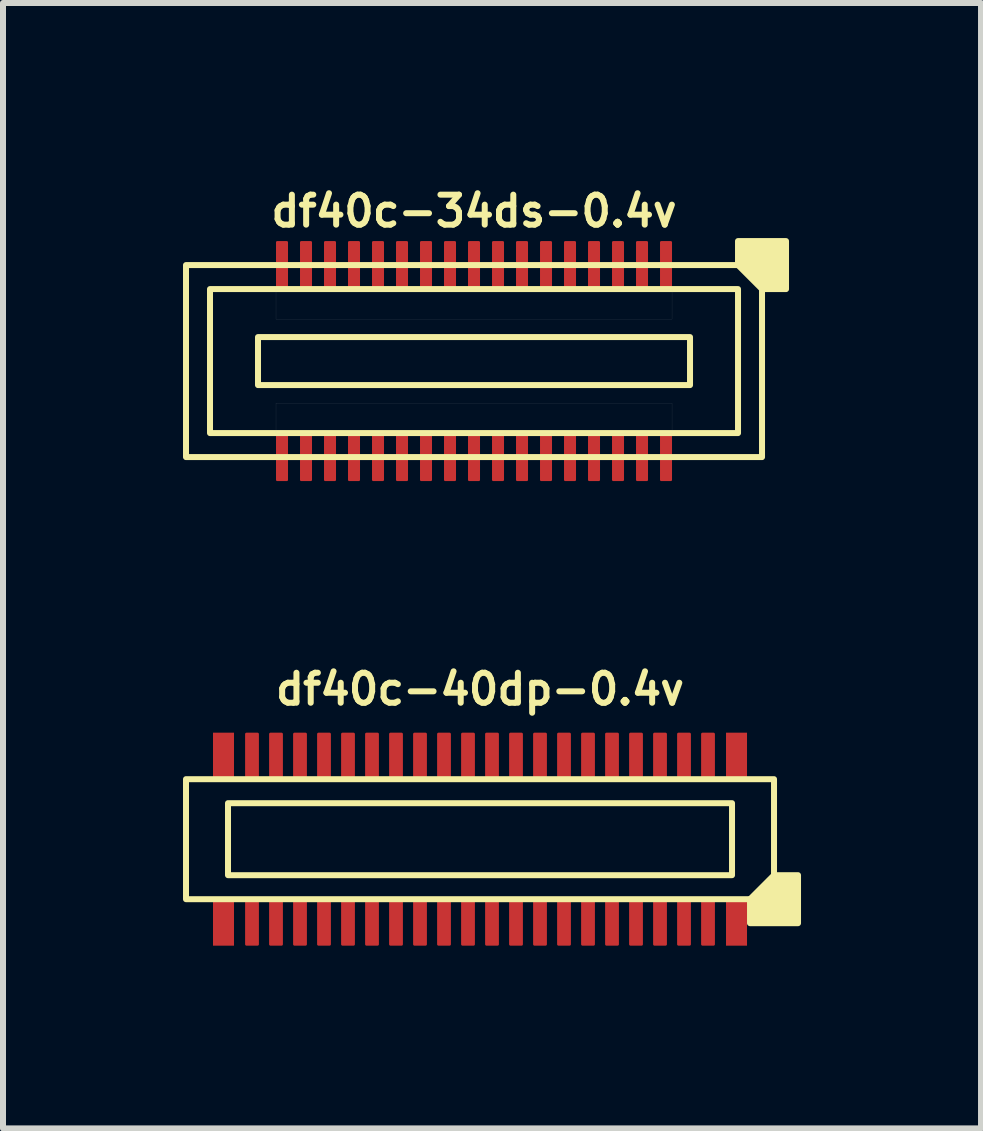
<source format=kicad_pcb>
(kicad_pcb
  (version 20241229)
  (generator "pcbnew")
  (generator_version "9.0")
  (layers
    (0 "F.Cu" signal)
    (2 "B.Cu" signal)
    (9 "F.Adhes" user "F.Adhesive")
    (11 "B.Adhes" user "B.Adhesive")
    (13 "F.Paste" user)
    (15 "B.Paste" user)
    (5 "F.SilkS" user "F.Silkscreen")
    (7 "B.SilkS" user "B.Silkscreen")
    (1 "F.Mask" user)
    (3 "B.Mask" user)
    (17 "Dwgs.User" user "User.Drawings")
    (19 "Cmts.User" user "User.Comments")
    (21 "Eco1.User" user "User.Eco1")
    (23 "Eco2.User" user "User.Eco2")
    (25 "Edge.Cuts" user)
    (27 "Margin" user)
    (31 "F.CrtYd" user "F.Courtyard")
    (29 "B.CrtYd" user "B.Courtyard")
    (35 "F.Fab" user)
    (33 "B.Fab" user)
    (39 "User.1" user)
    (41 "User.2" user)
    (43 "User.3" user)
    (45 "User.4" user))
  (footprint "df40c-40dp-0.4v"
    (layer "F.Cu")
    (at 4.95 10.936)
    (property "Reference" "df40c-40dp-0.4v" (at 0 -2.5 180) (layer "F.SilkS") (effects (font (size 0.5 0.5) (thickness 0.1))))
    (attr smd)
    (fp_rect (start -4.45 -1.775) (end -4.1 -1.025) (stroke (width 0) (type solid)) (fill yes) (layer "F.Cu"))
    (fp_rect (start -4.45 1.025) (end -4.1 1.775) (stroke (width 0) (type solid)) (fill yes) (layer "F.Cu"))
    (fp_rect (start 4.1 -1.775) (end 4.45 -1.025) (stroke (width 0) (type solid)) (fill yes) (layer "F.Cu"))
    (fp_rect (start 4.1 1.025) (end 4.45 1.775) (stroke (width 0) (type solid)) (fill yes) (layer "F.Cu"))
    (fp_rect (start -4.48 -1.805) (end -4.07 -0.995) (stroke (width 0) (type solid)) (fill yes) (layer "F.Mask"))
    (fp_rect (start -4.48 0.995) (end -4.07 1.805) (stroke (width 0) (type solid)) (fill yes) (layer "F.Mask"))
    (fp_rect (start 4.07 -0.995) (end 4.48 -1.805) (stroke (width 0.03) (type solid)) (fill yes) (layer "F.Mask"))
    (fp_rect (start 4.07 0.995) (end 4.48 1.805) (stroke (width 0.03) (type solid)) (fill yes) (layer "F.Mask"))
    (fp_rect (start 4.2 -0.6) (end -4.2 0.6) (stroke (width 0.1) (type default)) (fill no) (layer "F.SilkS"))
    (fp_rect (start 4.9 -1) (end -4.9 1) (stroke (width 0.1) (type default)) (fill no) (layer "F.SilkS"))
    (fp_poly (pts (xy 4.5 1) (xy 4.5 1.4) (xy 5.3 1.4) (xy 5.3 0.6) (xy 4.9 0.6)) (stroke (width 0.1) (type solid)) (fill yes) (layer "F.SilkS"))
    (fp_rect (start -4.45 -1.775) (end -4.1 -1.025) (stroke (width 0) (type solid)) (fill yes) (layer "F.Paste"))
    (fp_rect (start -4.1 1.025) (end -4.45 1.775) (stroke (width 0) (type solid)) (fill yes) (layer "F.Paste"))
    (fp_rect (start 4.1 -1.775) (end 4.45 -1.025) (stroke (width 0) (type solid)) (fill yes) (layer "F.Paste"))
    (fp_rect (start 4.1 1.025) (end 4.45 1.775) (stroke (width 0) (type solid)) (fill yes) (layer "F.Paste"))
    (pad "1" smd roundrect (at 3.8 1.4) (size 0.23 0.75) (layers "F.Cu" "F.Mask" "F.Paste") (roundrect_rratio 0.1))
    (pad "2" smd roundrect (at 3.8 -1.4) (size 0.23 0.75) (layers "F.Cu" "F.Mask" "F.Paste") (roundrect_rratio 0.1))
    (pad "3" smd roundrect (at 3.4 1.4) (size 0.23 0.75) (layers "F.Cu" "F.Mask" "F.Paste") (roundrect_rratio 0.1))
    (pad "4" smd roundrect (at 3.4 -1.4) (size 0.23 0.75) (layers "F.Cu" "F.Mask" "F.Paste") (roundrect_rratio 0.1))
    (pad "5" smd roundrect (at 3 1.4) (size 0.23 0.75) (layers "F.Cu" "F.Mask" "F.Paste") (roundrect_rratio 0.1))
    (pad "6" smd roundrect (at 3 -1.4) (size 0.23 0.75) (layers "F.Cu" "F.Mask" "F.Paste") (roundrect_rratio 0.1))
    (pad "7" smd roundrect (at 2.6 1.4) (size 0.23 0.75) (layers "F.Cu" "F.Mask" "F.Paste") (roundrect_rratio 0.1))
    (pad "8" smd roundrect (at 2.6 -1.4) (size 0.23 0.75) (layers "F.Cu" "F.Mask" "F.Paste") (roundrect_rratio 0.1))
    (pad "9" smd roundrect (at 2.2 1.4) (size 0.23 0.75) (layers "F.Cu" "F.Mask" "F.Paste") (roundrect_rratio 0.1))
    (pad "10" smd roundrect (at 2.2 -1.4) (size 0.23 0.75) (layers "F.Cu" "F.Mask" "F.Paste") (roundrect_rratio 0.1))
    (pad "11" smd roundrect (at 1.8 1.4) (size 0.23 0.75) (layers "F.Cu" "F.Mask" "F.Paste") (roundrect_rratio 0.1))
    (pad "12" smd roundrect (at 1.8 -1.4) (size 0.23 0.75) (layers "F.Cu" "F.Mask" "F.Paste") (roundrect_rratio 0.1))
    (pad "13" smd roundrect (at 1.4 1.4) (size 0.23 0.75) (layers "F.Cu" "F.Mask" "F.Paste") (roundrect_rratio 0.1))
    (pad "14" smd roundrect (at 1.4 -1.4) (size 0.23 0.75) (layers "F.Cu" "F.Mask" "F.Paste") (roundrect_rratio 0.1))
    (pad "15" smd roundrect (at 1 1.4) (size 0.23 0.75) (layers "F.Cu" "F.Mask" "F.Paste") (roundrect_rratio 0.1))
    (pad "16" smd roundrect (at 1 -1.4) (size 0.23 0.75) (layers "F.Cu" "F.Mask" "F.Paste") (roundrect_rratio 0.1))
    (pad "17" smd roundrect (at 0.6 1.4) (size 0.23 0.75) (layers "F.Cu" "F.Mask" "F.Paste") (roundrect_rratio 0.1))
    (pad "18" smd roundrect (at 0.6 -1.4) (size 0.23 0.75) (layers "F.Cu" "F.Mask" "F.Paste") (roundrect_rratio 0.1))
    (pad "19" smd roundrect (at 0.2 1.4) (size 0.23 0.75) (layers "F.Cu" "F.Mask" "F.Paste") (roundrect_rratio 0.1))
    (pad "20" smd roundrect (at 0.2 -1.4) (size 0.23 0.75) (layers "F.Cu" "F.Mask" "F.Paste") (roundrect_rratio 0.1))
    (pad "21" smd roundrect (at -0.2 1.4) (size 0.23 0.75) (layers "F.Cu" "F.Mask" "F.Paste") (roundrect_rratio 0.1))
    (pad "22" smd roundrect (at -0.2 -1.4) (size 0.23 0.75) (layers "F.Cu" "F.Mask" "F.Paste") (roundrect_rratio 0.1))
    (pad "23" smd roundrect (at -0.6 1.4) (size 0.23 0.75) (layers "F.Cu" "F.Mask" "F.Paste") (roundrect_rratio 0.1))
    (pad "24" smd roundrect (at -0.6 -1.4) (size 0.23 0.75) (layers "F.Cu" "F.Mask" "F.Paste") (roundrect_rratio 0.1))
    (pad "25" smd roundrect (at -1 1.4) (size 0.23 0.75) (layers "F.Cu" "F.Mask" "F.Paste") (roundrect_rratio 0.1))
    (pad "26" smd roundrect (at -1 -1.4) (size 0.23 0.75) (layers "F.Cu" "F.Mask" "F.Paste") (roundrect_rratio 0.1))
    (pad "27" smd roundrect (at -1.4 1.4) (size 0.23 0.75) (layers "F.Cu" "F.Mask" "F.Paste") (roundrect_rratio 0.1))
    (pad "28" smd roundrect (at -1.4 -1.4) (size 0.23 0.75) (layers "F.Cu" "F.Mask" "F.Paste") (roundrect_rratio 0.1))
    (pad "29" smd roundrect (at -1.8 1.4) (size 0.23 0.75) (layers "F.Cu" "F.Mask" "F.Paste") (roundrect_rratio 0.1))
    (pad "30" smd roundrect (at -1.8 -1.4) (size 0.23 0.75) (layers "F.Cu" "F.Mask" "F.Paste") (roundrect_rratio 0.1))
    (pad "31" smd roundrect (at -2.2 1.4) (size 0.23 0.75) (layers "F.Cu" "F.Mask" "F.Paste") (roundrect_rratio 0.1))
    (pad "32" smd roundrect (at -2.2 -1.4) (size 0.23 0.75) (layers "F.Cu" "F.Mask" "F.Paste") (roundrect_rratio 0.1))
    (pad "33" smd roundrect (at -2.6 1.4) (size 0.23 0.75) (layers "F.Cu" "F.Mask" "F.Paste") (roundrect_rratio 0.1))
    (pad "34" smd roundrect (at -2.6 -1.4) (size 0.23 0.75) (layers "F.Cu" "F.Mask" "F.Paste") (roundrect_rratio 0.1))
    (pad "35" smd roundrect (at -3 1.4) (size 0.23 0.75) (layers "F.Cu" "F.Mask" "F.Paste") (roundrect_rratio 0.1))
    (pad "36" smd roundrect (at -3 -1.4) (size 0.23 0.75) (layers "F.Cu" "F.Mask" "F.Paste") (roundrect_rratio 0.1))
    (pad "37" smd roundrect (at -3.4 1.4) (size 0.23 0.75) (layers "F.Cu" "F.Mask" "F.Paste") (roundrect_rratio 0.1))
    (pad "38" smd roundrect (at -3.4 -1.4) (size 0.23 0.75) (layers "F.Cu" "F.Mask" "F.Paste") (roundrect_rratio 0.1))
    (pad "39" smd roundrect (at -3.8 1.4) (size 0.23 0.75) (layers "F.Cu" "F.Mask" "F.Paste") (roundrect_rratio 0.1))
    (pad "40" smd roundrect (at -3.8 -1.4) (size 0.23 0.75) (layers "F.Cu" "F.Mask" "F.Paste") (roundrect_rratio 0.1)))
  (footprint "df40c-34ds-0.4v"
    (layer "F.Cu")
    (at 4.85 2.968)
    (property "Reference" "df40c-34ds-0.4v" (at 0 -2.5 180) (layer "F.SilkS") (effects (font (size 0.5 0.5) (thickness 0.1))))
    (attr smd)
    (fp_rect (start -3.6 -0.4) (end 3.6 0.4) (stroke (width 0.1) (type default)) (fill no) (layer "F.SilkS"))
    (fp_rect (start 4.4 -1.2) (end -4.4 1.2) (stroke (width 0.1) (type default)) (fill no) (layer "F.SilkS"))
    (fp_rect (start 4.8 -1.6) (end -4.8 1.6) (stroke (width 0.1) (type default)) (fill no) (layer "F.SilkS"))
    (fp_poly (pts (xy 4.4 -1.6) (xy 4.4 -2) (xy 5.2 -2) (xy 5.2 -1.2) (xy 4.8 -1.2)) (stroke (width 0.1) (type solid)) (fill yes) (layer "F.SilkS"))
    (fp_poly (pts (xy -3.3 -1.2) (xy 3.3 -1.2) (xy 3.3 -0.7) (xy -3.3 -0.7)) (stroke (width 0.001) (type solid)) (fill no) (layer "Dwgs.User"))
    (fp_poly (pts (xy -3.3 0.7) (xy 3.3 0.7) (xy 3.3 1.2) (xy -3.3 1.2)) (stroke (width 0.001) (type solid)) (fill no) (layer "Dwgs.User"))
    (pad "1" smd roundrect (at 3.2 -1.6) (size 0.2 0.8) (layers "F.Cu" "F.Mask" "F.Paste") (roundrect_rratio 0.1))
    (pad "2" smd roundrect (at 3.2 1.6) (size 0.2 0.8) (layers "F.Cu" "F.Mask" "F.Paste") (roundrect_rratio 0.1))
    (pad "3" smd roundrect (at 2.8 -1.6) (size 0.2 0.8) (layers "F.Cu" "F.Mask" "F.Paste") (roundrect_rratio 0.1))
    (pad "4" smd roundrect (at 2.8 1.6) (size 0.2 0.8) (layers "F.Cu" "F.Mask" "F.Paste") (roundrect_rratio 0.1))
    (pad "5" smd roundrect (at 2.4 -1.6) (size 0.2 0.8) (layers "F.Cu" "F.Mask" "F.Paste") (roundrect_rratio 0.1))
    (pad "6" smd roundrect (at 2.4 1.6) (size 0.2 0.8) (layers "F.Cu" "F.Mask" "F.Paste") (roundrect_rratio 0.1))
    (pad "7" smd roundrect (at 2 -1.6) (size 0.2 0.8) (layers "F.Cu" "F.Mask" "F.Paste") (roundrect_rratio 0.1))
    (pad "8" smd roundrect (at 2 1.6) (size 0.2 0.8) (layers "F.Cu" "F.Mask" "F.Paste") (roundrect_rratio 0.1))
    (pad "9" smd roundrect (at 1.6 -1.6) (size 0.2 0.8) (layers "F.Cu" "F.Mask" "F.Paste") (roundrect_rratio 0.1))
    (pad "10" smd roundrect (at 1.6 1.6) (size 0.2 0.8) (layers "F.Cu" "F.Mask" "F.Paste") (roundrect_rratio 0.1))
    (pad "11" smd roundrect (at 1.2 -1.6) (size 0.2 0.8) (layers "F.Cu" "F.Mask" "F.Paste") (roundrect_rratio 0.1))
    (pad "12" smd roundrect (at 1.2 1.6) (size 0.2 0.8) (layers "F.Cu" "F.Mask" "F.Paste") (roundrect_rratio 0.1))
    (pad "13" smd roundrect (at 0.8 -1.6) (size 0.2 0.8) (layers "F.Cu" "F.Mask" "F.Paste") (roundrect_rratio 0.1))
    (pad "14" smd roundrect (at 0.8 1.6) (size 0.2 0.8) (layers "F.Cu" "F.Mask" "F.Paste") (roundrect_rratio 0.1))
    (pad "15" smd roundrect (at 0.4 -1.6) (size 0.2 0.8) (layers "F.Cu" "F.Mask" "F.Paste") (roundrect_rratio 0.1))
    (pad "16" smd roundrect (at 0.4 1.6) (size 0.2 0.8) (layers "F.Cu" "F.Mask" "F.Paste") (roundrect_rratio 0.1))
    (pad "17" smd roundrect (at 0 -1.6) (size 0.2 0.8) (layers "F.Cu" "F.Mask" "F.Paste") (roundrect_rratio 0.1))
    (pad "18" smd roundrect (at 0 1.6) (size 0.2 0.8) (layers "F.Cu" "F.Mask" "F.Paste") (roundrect_rratio 0.1))
    (pad "19" smd roundrect (at -0.4 -1.6) (size 0.2 0.8) (layers "F.Cu" "F.Mask" "F.Paste") (roundrect_rratio 0.1))
    (pad "20" smd roundrect (at -0.4 1.6) (size 0.2 0.8) (layers "F.Cu" "F.Mask" "F.Paste") (roundrect_rratio 0.1))
    (pad "21" smd roundrect (at -0.8 -1.6) (size 0.2 0.8) (layers "F.Cu" "F.Mask" "F.Paste") (roundrect_rratio 0.1))
    (pad "22" smd roundrect (at -0.8 1.6) (size 0.2 0.8) (layers "F.Cu" "F.Mask" "F.Paste") (roundrect_rratio 0.1))
    (pad "23" smd roundrect (at -1.2 -1.6) (size 0.2 0.8) (layers "F.Cu" "F.Mask" "F.Paste") (roundrect_rratio 0.1))
    (pad "24" smd roundrect (at -1.2 1.6) (size 0.2 0.8) (layers "F.Cu" "F.Mask" "F.Paste") (roundrect_rratio 0.1))
    (pad "25" smd roundrect (at -1.6 -1.6) (size 0.2 0.8) (layers "F.Cu" "F.Mask" "F.Paste") (roundrect_rratio 0.1))
    (pad "26" smd roundrect (at -1.6 1.6) (size 0.2 0.8) (layers "F.Cu" "F.Mask" "F.Paste") (roundrect_rratio 0.1))
    (pad "27" smd roundrect (at -2 -1.6) (size 0.2 0.8) (layers "F.Cu" "F.Mask" "F.Paste") (roundrect_rratio 0.1))
    (pad "28" smd roundrect (at -2 1.6) (size 0.2 0.8) (layers "F.Cu" "F.Mask" "F.Paste") (roundrect_rratio 0.1))
    (pad "29" smd roundrect (at -2.4 -1.6) (size 0.2 0.8) (layers "F.Cu" "F.Mask" "F.Paste") (roundrect_rratio 0.1))
    (pad "30" smd roundrect (at -2.4 1.6) (size 0.2 0.8) (layers "F.Cu" "F.Mask" "F.Paste") (roundrect_rratio 0.1))
    (pad "31" smd roundrect (at -2.8 -1.6) (size 0.2 0.8) (layers "F.Cu" "F.Mask" "F.Paste") (roundrect_rratio 0.1))
    (pad "32" smd roundrect (at -2.8 1.6) (size 0.2 0.8) (layers "F.Cu" "F.Mask" "F.Paste") (roundrect_rratio 0.1))
    (pad "33" smd roundrect (at -3.2 -1.6) (size 0.2 0.8) (layers "F.Cu" "F.Mask" "F.Paste") (roundrect_rratio 0.1))
    (pad "34" smd roundrect (at -3.2 1.6) (size 0.2 0.8) (layers "F.Cu" "F.Mask" "F.Paste") (roundrect_rratio 0.1)))
  (gr_rect
    (start -3 -3)
    (end 13.3 15.756)
    (stroke (width 0.1) (type default))
    (fill no)
    (layer "Edge.Cuts")))
</source>
